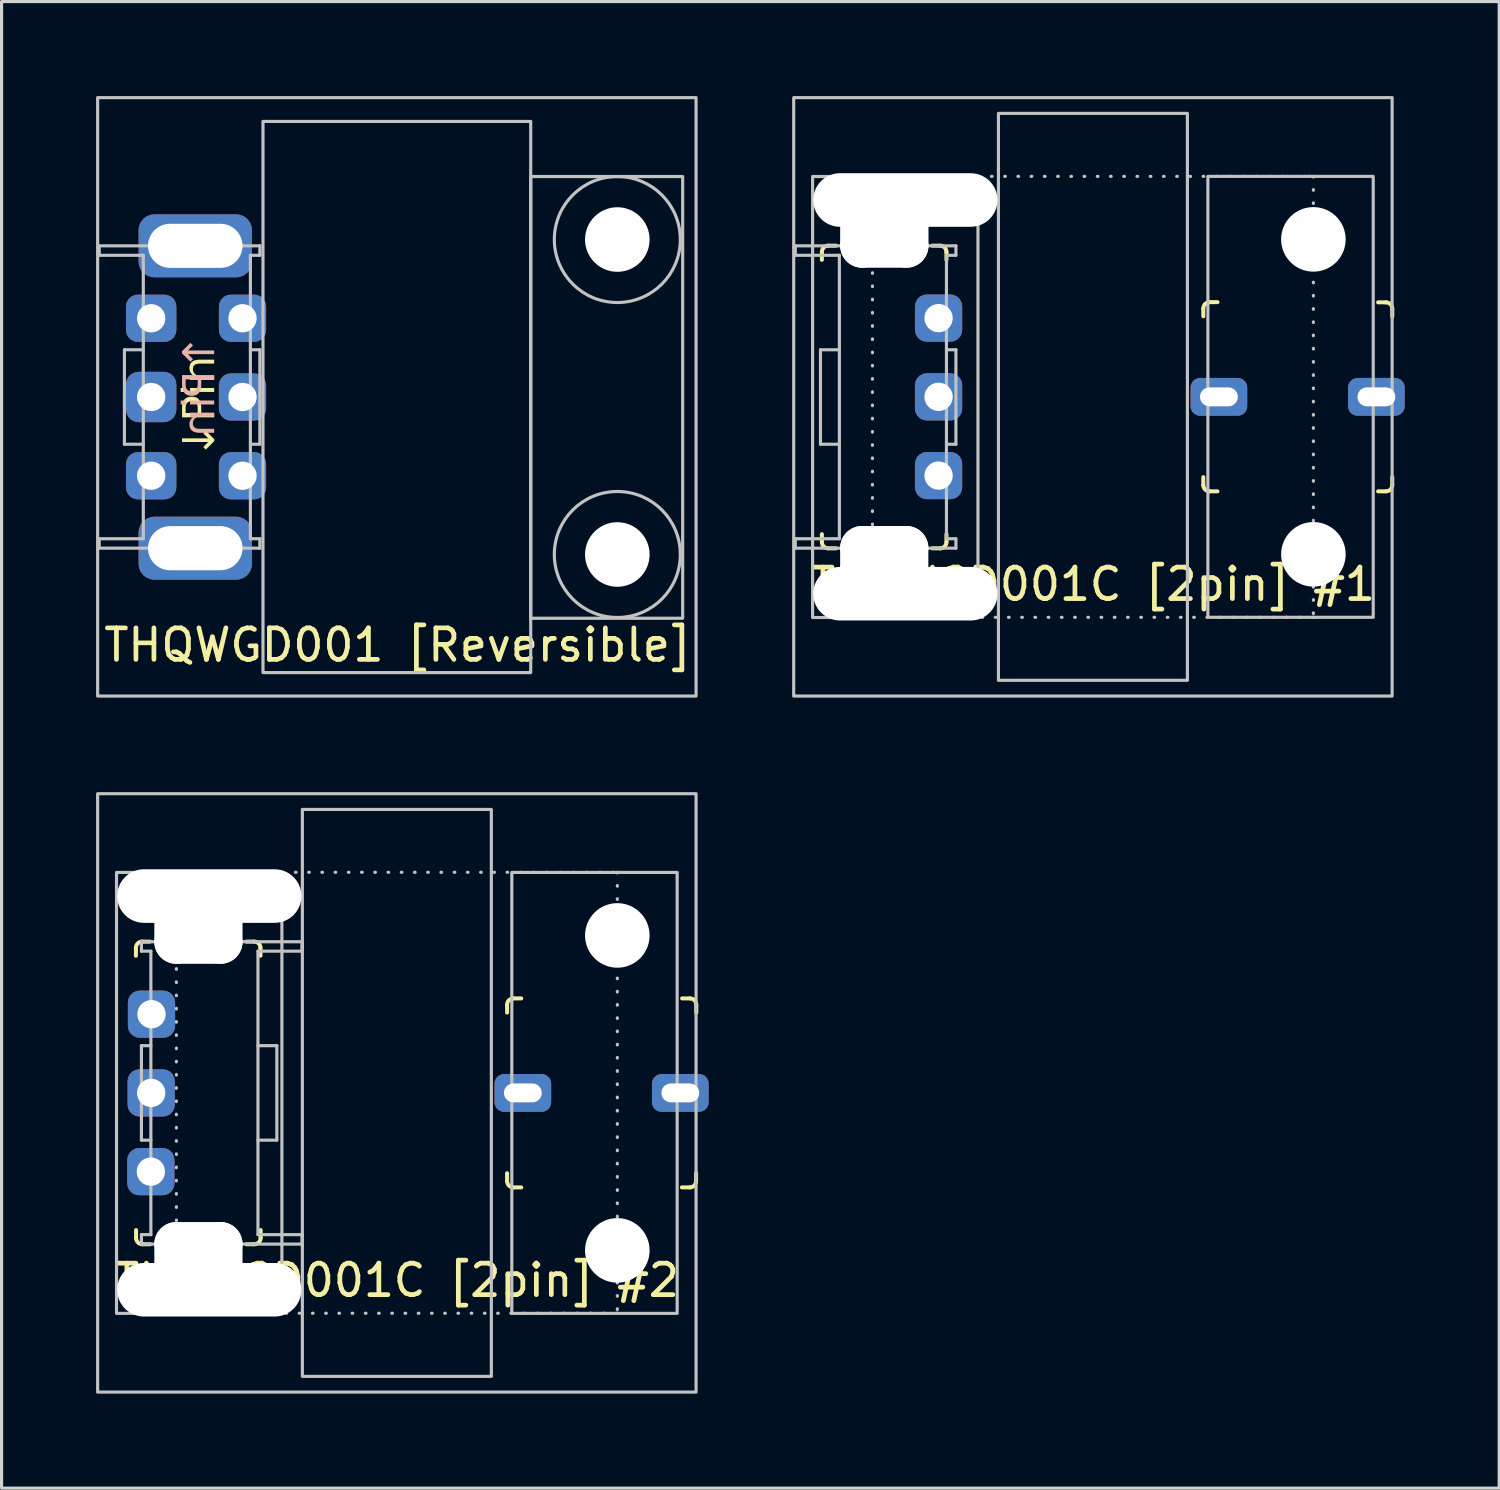
<source format=kicad_pcb>
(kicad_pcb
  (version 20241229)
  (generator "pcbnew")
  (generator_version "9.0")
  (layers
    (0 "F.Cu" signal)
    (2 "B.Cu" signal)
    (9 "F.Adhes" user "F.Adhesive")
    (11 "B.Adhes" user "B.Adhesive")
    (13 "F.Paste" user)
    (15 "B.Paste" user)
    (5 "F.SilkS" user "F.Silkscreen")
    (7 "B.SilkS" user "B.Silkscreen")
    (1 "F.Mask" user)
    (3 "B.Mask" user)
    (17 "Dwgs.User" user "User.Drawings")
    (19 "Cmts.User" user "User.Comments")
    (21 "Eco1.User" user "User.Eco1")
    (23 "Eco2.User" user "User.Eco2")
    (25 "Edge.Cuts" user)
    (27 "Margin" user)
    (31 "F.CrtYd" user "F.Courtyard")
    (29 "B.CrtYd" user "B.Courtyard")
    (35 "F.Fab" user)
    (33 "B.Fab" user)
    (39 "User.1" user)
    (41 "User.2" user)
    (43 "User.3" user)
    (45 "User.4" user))
  (footprint "THQWGD001C [2pin] #1"
    (layer "F.Cu")
    (at 31.65 9.55)
    (property "Reference" "THQWGD001C [2pin] #1" (at 0 5.95 0) (unlocked yes) (layer "F.SilkS") (effects (font (size 1 1) (thickness 0.15))))
    (attr through_hole)
    (fp_line (start -8.605 -4.6) (end -8.605 -4.35) (stroke (width 0.127) (type solid)) (layer "F.SilkS"))
    (fp_line (start -8.605 4.61) (end -8.605 4.36) (stroke (width 0.127) (type solid)) (layer "F.SilkS"))
    (fp_line (start -8.405 -4.8) (end -8.155 -4.8) (stroke (width 0.127) (type solid)) (layer "F.SilkS"))
    (fp_line (start -8.405 4.81) (end -8.155 4.81) (stroke (width 0.127) (type solid)) (layer "F.SilkS"))
    (fp_line (start -4.85 -4.8) (end -5.1 -4.8) (stroke (width 0.127) (type solid)) (layer "F.SilkS"))
    (fp_line (start -4.85 4.81) (end -5.1 4.81) (stroke (width 0.127) (type solid)) (layer "F.SilkS"))
    (fp_line (start -4.65 -4.6) (end -4.65 -4.35) (stroke (width 0.127) (type solid)) (layer "F.SilkS"))
    (fp_line (start -4.65 4.61) (end -4.65 4.36) (stroke (width 0.127) (type solid)) (layer "F.SilkS"))
    (fp_line (start 3.505 -2.807) (end 3.505 -2.557) (stroke (width 0.127) (type solid)) (layer "F.SilkS"))
    (fp_line (start 3.505 2.8) (end 3.505 2.55) (stroke (width 0.127) (type solid)) (layer "F.SilkS"))
    (fp_line (start 3.705 -3.007) (end 3.955 -3.007) (stroke (width 0.127) (type solid)) (layer "F.SilkS"))
    (fp_line (start 3.705 3) (end 3.955 3) (stroke (width 0.127) (type solid)) (layer "F.SilkS"))
    (fp_line (start 9.305 -3) (end 9.055 -3) (stroke (width 0.127) (type solid)) (layer "F.SilkS"))
    (fp_line (start 9.305 3) (end 9.055 3) (stroke (width 0.127) (type solid)) (layer "F.SilkS"))
    (fp_line (start 9.505 -2.8) (end 9.505 -2.55) (stroke (width 0.127) (type solid)) (layer "F.SilkS"))
    (fp_line (start 9.505 2.8) (end 9.505 2.55) (stroke (width 0.127) (type solid)) (layer "F.SilkS"))
    (fp_arc (start -8.605 -4.6) (mid -8.546421 -4.741421) (end -8.405 -4.8) (stroke (width 0.127) (type default)) (layer "F.SilkS"))
    (fp_arc (start -8.405 4.81) (mid -8.54642 4.75142) (end -8.605 4.61) (stroke (width 0.127) (type default)) (layer "F.SilkS"))
    (fp_arc (start -4.85 -4.8) (mid -4.70858 -4.74142) (end -4.65 -4.6) (stroke (width 0.127) (type default)) (layer "F.SilkS"))
    (fp_arc (start -4.65 4.61) (mid -4.708579 4.751421) (end -4.85 4.81) (stroke (width 0.127) (type default)) (layer "F.SilkS"))
    (fp_arc (start 3.505 -2.806904) (mid 3.56358 -2.948323) (end 3.705 -3.006904) (stroke (width 0.127) (type default)) (layer "F.SilkS"))
    (fp_arc (start 3.705 3) (mid 3.563579 2.941421) (end 3.505 2.8) (stroke (width 0.127) (type default)) (layer "F.SilkS"))
    (fp_arc (start 9.305 -3) (mid 9.446421 -2.941421) (end 9.505 -2.8) (stroke (width 0.127) (type default)) (layer "F.SilkS"))
    (fp_arc (start 9.504999 2.799999) (mid 9.446421 2.941421) (end 9.304999 2.999999) (stroke (width 0.127) (type default)) (layer "F.SilkS"))
    (fp_line (start -9.45 -4.495) (end -9.45 -4.795) (stroke (width 0.1) (type default)) (layer "Dwgs.User"))
    (fp_line (start -9.45 -4.495) (end -8.05 -4.495) (stroke (width 0.1) (type default)) (layer "Dwgs.User"))
    (fp_line (start -9.45 4.505) (end -8.05 4.505) (stroke (width 0.1) (type default)) (layer "Dwgs.User"))
    (fp_line (start -9.45 4.805) (end -9.45 4.505) (stroke (width 0.1) (type default)) (layer "Dwgs.User"))
    (fp_line (start -9.45 4.805) (end -4.35 4.805) (stroke (width 0.1) (type default)) (layer "Dwgs.User"))
    (fp_line (start -8.65 1.505) (end -8.65 -1.495) (stroke (width 0.1) (type default)) (layer "Dwgs.User"))
    (fp_line (start -8.05 -1.495) (end -8.65 -1.495) (stroke (width 0.1) (type default)) (layer "Dwgs.User"))
    (fp_line (start -8.05 1.505) (end -8.65 1.505) (stroke (width 0.1) (type default)) (layer "Dwgs.User"))
    (fp_line (start -8.05 4.505) (end -8.05 -4.495) (stroke (width 0.1) (type default)) (layer "Dwgs.User"))
    (fp_line (start -4.65 -1.495) (end -4.35 -1.495) (stroke (width 0.1) (type default)) (layer "Dwgs.User"))
    (fp_line (start -4.65 4.505) (end -4.65 -4.495) (stroke (width 0.1) (type default)) (layer "Dwgs.User"))
    (fp_line (start -4.35 -4.795) (end -9.45 -4.795) (stroke (width 0.1) (type default)) (layer "Dwgs.User"))
    (fp_line (start -4.35 -4.495) (end -4.65 -4.495) (stroke (width 0.1) (type default)) (layer "Dwgs.User"))
    (fp_line (start -4.35 -4.495) (end -4.35 -4.795) (stroke (width 0.1) (type default)) (layer "Dwgs.User"))
    (fp_line (start -4.35 1.505) (end -4.65 1.505) (stroke (width 0.1) (type default)) (layer "Dwgs.User"))
    (fp_line (start -4.35 1.505) (end -4.35 -1.495) (stroke (width 0.1) (type default)) (layer "Dwgs.User"))
    (fp_line (start -4.35 4.505) (end -4.65 4.505) (stroke (width 0.1) (type default)) (layer "Dwgs.User"))
    (fp_line (start -4.35 4.805) (end -4.35 4.505) (stroke (width 0.1) (type default)) (layer "Dwgs.User"))
    (fp_rect (start -9.5 -9.5) (end 9.5 9.5) (stroke (width 0.1) (type default)) (fill no) (layer "Dwgs.User"))
    (fp_rect (start -8.9 -6.995) (end -3.65 7.005) (stroke (width 0.1) (type default)) (fill no) (layer "Dwgs.User"))
    (fp_rect (start -7 -7) (end 7 7) (stroke (width 0.1) (type dot)) (fill no) (layer "Dwgs.User"))
    (fp_rect (start -3 -9) (end 3 9) (stroke (width 0.1) (type default)) (fill no) (layer "Dwgs.User"))
    (fp_rect (start 3.65 -7) (end 8.9 7) (stroke (width 0.1) (type default)) (fill no) (layer "Dwgs.User"))
    (pad "" np_thru_hole oval (at -7.325 -5.1 270) (size 2 1.4) (drill oval 2 1.4) (layers "*.Cu" "*.Mask"))
    (pad "" np_thru_hole oval (at -7.325 5.1 270) (size 2 1.4) (drill oval 2 1.4) (layers "*.Cu" "*.Mask"))
    (pad "" np_thru_hole oval (at -6.625 -4.8 180) (size 2.8 1.4) (drill oval 2.8 1.4) (layers "*.Cu" "*.Mask"))
    (pad "" np_thru_hole oval (at -6.625 4.8) (size 2.8 1.4) (drill oval 2.8 1.4) (layers "*.Cu" "*.Mask"))
    (pad "" np_thru_hole oval (at -5.955 -6.25 270) (size 1.7 5.85) (drill oval 1.7 5.85) (layers "*.Cu" "*.Mask"))
    (pad "" np_thru_hole oval (at -5.955 6.25 270) (size 1.7 5.85) (drill oval 1.7 5.85) (layers "*.Cu" "*.Mask"))
    (pad "" np_thru_hole oval (at -5.925 5.1 270) (size 2 1.4) (drill oval 2 1.4) (layers "*.Cu" "*.Mask"))
    (pad "" np_thru_hole oval (at -5.92 -5.1 270) (size 2 1.4) (drill oval 2 1.4) (layers "*.Cu" "*.Mask"))
    (pad "" np_thru_hole circle (at 7 -5) (size 2.05 2.05) (drill 2.05) (layers "*.Cu" "*.Mask"))
    (pad "" np_thru_hole circle (at 7 5) (size 2.05 2.05) (drill 2.05) (layers "*.Cu" "*.Mask"))
    (pad "1" thru_hole roundrect (at 4 0) (size 1.8 1.2) (drill oval 1.2 0.6) (layers "*.Cu" "B.Mask") (roundrect_rratio 0.25))
    (pad "2" thru_hole roundrect (at 9 0) (size 1.8 1.2) (drill oval 1.2 0.6) (layers "*.Cu" "B.Mask") (roundrect_rratio 0.25))
    (pad "A" thru_hole roundrect (at -4.9 2.5 90) (size 1.5 1.5) (drill 0.9) (layers "*.Cu" "B.Mask") (roundrect_rratio 0.25))
    (pad "B" thru_hole roundrect (at -4.9 0 90) (size 1.5 1.5) (drill 0.9) (layers "*.Cu" "B.Mask") (roundrect_rratio 0.25))
    (pad "C" thru_hole roundrect (at -4.9 -2.5 90) (size 1.5 1.5) (drill 0.9) (layers "*.Cu" "B.Mask") (roundrect_rratio 0.25)))
  (footprint "THQWGD001C [2pin] #2"
    (layer "F.Cu")
    (at 9.55 31.65)
    (property "Reference" "THQWGD001C [2pin] #2" (at 0 5.95 0) (unlocked yes) (layer "F.SilkS") (effects (font (size 1 1) (thickness 0.15))))
    (attr through_hole)
    (fp_line (start -8.285 -4.605) (end -8.285 -4.355) (stroke (width 0.127) (type solid)) (layer "F.SilkS"))
    (fp_line (start -8.28 4.605) (end -8.28 4.355) (stroke (width 0.127) (type solid)) (layer "F.SilkS"))
    (fp_line (start -8.085 -4.805) (end -7.835 -4.805) (stroke (width 0.127) (type solid)) (layer "F.SilkS"))
    (fp_line (start -8.08 4.805) (end -7.83 4.805) (stroke (width 0.127) (type solid)) (layer "F.SilkS"))
    (fp_line (start -4.53 -4.805) (end -4.78 -4.805) (stroke (width 0.127) (type solid)) (layer "F.SilkS"))
    (fp_line (start -4.525 4.805) (end -4.775 4.805) (stroke (width 0.127) (type solid)) (layer "F.SilkS"))
    (fp_line (start -4.33 -4.605) (end -4.33 -4.355) (stroke (width 0.127) (type solid)) (layer "F.SilkS"))
    (fp_line (start -4.325 4.605) (end -4.325 4.355) (stroke (width 0.127) (type solid)) (layer "F.SilkS"))
    (fp_line (start 3.5 -2.8) (end 3.5 -2.55) (stroke (width 0.127) (type solid)) (layer "F.SilkS"))
    (fp_line (start 3.5 2.8) (end 3.5 2.55) (stroke (width 0.127) (type solid)) (layer "F.SilkS"))
    (fp_line (start 3.7 -3) (end 3.95 -3) (stroke (width 0.127) (type solid)) (layer "F.SilkS"))
    (fp_line (start 3.7 3) (end 3.95 3) (stroke (width 0.127) (type solid)) (layer "F.SilkS"))
    (fp_line (start 9.3 3) (end 9.05 3) (stroke (width 0.127) (type solid)) (layer "F.SilkS"))
    (fp_line (start 9.307 -3) (end 9.057 -3) (stroke (width 0.127) (type solid)) (layer "F.SilkS"))
    (fp_line (start 9.5 2.8) (end 9.5 2.55) (stroke (width 0.127) (type solid)) (layer "F.SilkS"))
    (fp_line (start 9.507 -2.8) (end 9.507 -2.55) (stroke (width 0.127) (type solid)) (layer "F.SilkS"))
    (fp_arc (start -8.285 -4.605) (mid -8.226421 -4.746421) (end -8.085 -4.805) (stroke (width 0.127) (type default)) (layer "F.SilkS"))
    (fp_arc (start -8.08 4.805) (mid -8.22142 4.74642) (end -8.28 4.605) (stroke (width 0.127) (type default)) (layer "F.SilkS"))
    (fp_arc (start -4.53 -4.805) (mid -4.38858 -4.74642) (end -4.33 -4.605) (stroke (width 0.127) (type default)) (layer "F.SilkS"))
    (fp_arc (start -4.325 4.605) (mid -4.383579 4.746421) (end -4.525 4.805) (stroke (width 0.127) (type default)) (layer "F.SilkS"))
    (fp_arc (start 3.5 -2.8) (mid 3.558579 -2.941421) (end 3.7 -3) (stroke (width 0.127) (type default)) (layer "F.SilkS"))
    (fp_arc (start 3.700001 2.999999) (mid 3.558579 2.941421) (end 3.500001 2.799999) (stroke (width 0.127) (type default)) (layer "F.SilkS"))
    (fp_arc (start 9.306904 -3) (mid 9.448323 -2.94142) (end 9.506904 -2.8) (stroke (width 0.127) (type default)) (layer "F.SilkS"))
    (fp_arc (start 9.5 2.8) (mid 9.441421 2.941421) (end 9.3 3) (stroke (width 0.127) (type default)) (layer "F.SilkS"))
    (fp_line (start -8.11 -4.8) (end -8.11 -4.5) (stroke (width 0.1) (type default)) (layer "Dwgs.User"))
    (fp_line (start -8.11 -4.5) (end -7.81 -4.5) (stroke (width 0.1) (type default)) (layer "Dwgs.User"))
    (fp_line (start -8.11 -1.5) (end -8.11 1.5) (stroke (width 0.1) (type default)) (layer "Dwgs.User"))
    (fp_line (start -8.11 -1.5) (end -7.81 -1.5) (stroke (width 0.1) (type default)) (layer "Dwgs.User"))
    (fp_line (start -8.11 4.5) (end -8.11 4.8) (stroke (width 0.1) (type default)) (layer "Dwgs.User"))
    (fp_line (start -8.11 4.5) (end -7.81 4.5) (stroke (width 0.1) (type default)) (layer "Dwgs.User"))
    (fp_line (start -8.11 4.8) (end -3.01 4.8) (stroke (width 0.1) (type default)) (layer "Dwgs.User"))
    (fp_line (start -7.81 -4.5) (end -7.81 4.5) (stroke (width 0.1) (type default)) (layer "Dwgs.User"))
    (fp_line (start -7.81 1.5) (end -8.11 1.5) (stroke (width 0.1) (type default)) (layer "Dwgs.User"))
    (fp_line (start -4.41 -4.5) (end -4.41 4.5) (stroke (width 0.1) (type default)) (layer "Dwgs.User"))
    (fp_line (start -4.41 -1.5) (end -3.81 -1.5) (stroke (width 0.1) (type default)) (layer "Dwgs.User"))
    (fp_line (start -4.41 1.5) (end -3.81 1.5) (stroke (width 0.1) (type default)) (layer "Dwgs.User"))
    (fp_line (start -3.81 -1.5) (end -3.81 1.5) (stroke (width 0.1) (type default)) (layer "Dwgs.User"))
    (fp_line (start -3.01 -4.8) (end -8.11 -4.8) (stroke (width 0.1) (type default)) (layer "Dwgs.User"))
    (fp_line (start -3.01 -4.8) (end -3.01 -4.5) (stroke (width 0.1) (type default)) (layer "Dwgs.User"))
    (fp_line (start -3.01 -4.5) (end -4.41 -4.5) (stroke (width 0.1) (type default)) (layer "Dwgs.User"))
    (fp_line (start -3.01 4.5) (end -4.41 4.5) (stroke (width 0.1) (type default)) (layer "Dwgs.User"))
    (fp_line (start -3.01 4.5) (end -3.01 4.8) (stroke (width 0.1) (type default)) (layer "Dwgs.User"))
    (fp_rect (start -9.5 -9.5) (end 9.5 9.5) (stroke (width 0.1) (type default)) (fill no) (layer "Dwgs.User"))
    (fp_rect (start -8.9 -7) (end -3.65 7) (stroke (width 0.1) (type default)) (fill no) (layer "Dwgs.User"))
    (fp_rect (start -7 -7.005) (end 7 6.995) (stroke (width 0.1) (type dot)) (fill no) (layer "Dwgs.User"))
    (fp_rect (start -3 -9) (end 3 9) (stroke (width 0.1) (type default)) (fill no) (layer "Dwgs.User"))
    (fp_rect (start 3.65 -7) (end 8.9 7) (stroke (width 0.1) (type default)) (fill no) (layer "Dwgs.User"))
    (pad "" np_thru_hole oval (at -7 -5.1 270) (size 2 1.4) (drill oval 2 1.4) (layers "*.Cu" "*.Mask"))
    (pad "" np_thru_hole oval (at -7 5.1 270) (size 2 1.4) (drill oval 2 1.4) (layers "*.Cu" "*.Mask"))
    (pad "" np_thru_hole oval (at -6.3 -4.8 180) (size 2.8 1.4) (drill oval 2.8 1.4) (layers "*.Cu" "*.Mask"))
    (pad "" np_thru_hole oval (at -6.3 4.8) (size 2.8 1.4) (drill oval 2.8 1.4) (layers "*.Cu" "*.Mask"))
    (pad "" np_thru_hole oval (at -5.955 -6.25 270) (size 1.7 5.85) (drill oval 1.7 5.85) (layers "*.Cu" "*.Mask"))
    (pad "" np_thru_hole oval (at -5.955 6.25 270) (size 1.7 5.85) (drill oval 1.7 5.85) (layers "*.Cu" "*.Mask"))
    (pad "" np_thru_hole oval (at -5.6 -5.1 270) (size 2 1.4) (drill oval 2 1.4) (layers "*.Cu" "*.Mask"))
    (pad "" np_thru_hole oval (at -5.6 5.1 270) (size 2 1.4) (drill oval 2 1.4) (layers "*.Cu" "*.Mask"))
    (pad "" np_thru_hole circle (at 7 -5) (size 2.05 2.05) (drill 2.05) (layers "*.Cu" "*.Mask"))
    (pad "" np_thru_hole circle (at 7 5) (size 2.05 2.05) (drill 2.05) (layers "*.Cu" "*.Mask"))
    (pad "1" thru_hole roundrect (at 4 0) (size 1.8 1.2) (drill oval 1.2 0.6) (layers "*.Cu" "B.Mask") (roundrect_rratio 0.25))
    (pad "2" thru_hole roundrect (at 9 0) (size 1.8 1.2) (drill oval 1.2 0.6) (layers "*.Cu" "B.Mask") (roundrect_rratio 0.25))
    (pad "A" thru_hole roundrect (at -7.79 -2.5 90) (size 1.5 1.5) (drill 0.9) (layers "*.Cu" "B.Mask") (roundrect_rratio 0.25))
    (pad "B" thru_hole roundrect (at -7.8 0 90) (size 1.5 1.5) (drill 0.9) (layers "*.Cu" "B.Mask") (roundrect_rratio 0.25))
    (pad "C" thru_hole roundrect (at -7.81 2.5 90) (size 1.5 1.5) (drill 0.9) (layers "*.Cu" "B.Mask") (roundrect_rratio 0.25)))
  (footprint "THQWGD001 [Reversible]"
    (layer "F.Cu")
    (at 9.55 9.555)
    (property "Reference" "THQWGD001 [Reversible]" (at 0.025 7.875 0) (unlocked yes) (layer "F.SilkS") (effects (font (size 1 1) (thickness 0.15))))
    (attr through_hole)
    (fp_line (start -9.45 -4.5) (end -9.45 -4.8) (stroke (width 0.1) (type default)) (layer "Dwgs.User"))
    (fp_line (start -9.45 -4.5) (end -8.05 -4.5) (stroke (width 0.1) (type default)) (layer "Dwgs.User"))
    (fp_line (start -9.45 4.5) (end -8.05 4.5) (stroke (width 0.1) (type default)) (layer "Dwgs.User"))
    (fp_line (start -9.45 4.8) (end -9.45 4.5) (stroke (width 0.1) (type default)) (layer "Dwgs.User"))
    (fp_line (start -9.45 4.8) (end -4.35 4.8) (stroke (width 0.1) (type default)) (layer "Dwgs.User"))
    (fp_line (start -8.65 1.5) (end -8.65 -1.5) (stroke (width 0.1) (type default)) (layer "Dwgs.User"))
    (fp_line (start -8.05 -1.5) (end -8.65 -1.5) (stroke (width 0.1) (type default)) (layer "Dwgs.User"))
    (fp_line (start -8.05 1.5) (end -8.65 1.5) (stroke (width 0.1) (type default)) (layer "Dwgs.User"))
    (fp_line (start -8.05 4.5) (end -8.05 -4.5) (stroke (width 0.1) (type default)) (layer "Dwgs.User"))
    (fp_line (start -6.8 -5) (end -7.1 -5) (stroke (width 0.1) (type default)) (layer "Dwgs.User"))
    (fp_line (start -6.8 -5) (end -7.1 -5) (stroke (width 0.1) (type default)) (layer "Dwgs.User"))
    (fp_line (start -6.8 -4.7) (end -6.8 -5) (stroke (width 0.1) (type default)) (layer "Dwgs.User"))
    (fp_line (start -6.8 -4.7) (end -6.8 -5) (stroke (width 0.1) (type default)) (layer "Dwgs.User"))
    (fp_line (start -4.65 -1.5) (end -4.35 -1.5) (stroke (width 0.1) (type default)) (layer "Dwgs.User"))
    (fp_line (start -4.65 4.5) (end -4.65 -4.5) (stroke (width 0.1) (type default)) (layer "Dwgs.User"))
    (fp_line (start -4.35 -4.8) (end -9.45 -4.8) (stroke (width 0.1) (type default)) (layer "Dwgs.User"))
    (fp_line (start -4.35 -4.5) (end -4.65 -4.5) (stroke (width 0.1) (type default)) (layer "Dwgs.User"))
    (fp_line (start -4.35 -4.5) (end -4.35 -4.8) (stroke (width 0.1) (type default)) (layer "Dwgs.User"))
    (fp_line (start -4.35 1.5) (end -4.65 1.5) (stroke (width 0.1) (type default)) (layer "Dwgs.User"))
    (fp_line (start -4.35 1.5) (end -4.35 -1.5) (stroke (width 0.1) (type default)) (layer "Dwgs.User"))
    (fp_line (start -4.35 4.5) (end -4.65 4.5) (stroke (width 0.1) (type default)) (layer "Dwgs.User"))
    (fp_line (start -4.35 4.8) (end -4.35 4.5) (stroke (width 0.1) (type default)) (layer "Dwgs.User"))
    (fp_rect (start -9.5 -9.505) (end 9.5 9.495) (stroke (width 0.1) (type default)) (fill no) (layer "Dwgs.User"))
    (fp_rect (start -4.25 -8.75) (end 4.25 8.75) (stroke (width 0.1) (type default)) (fill no) (layer "Dwgs.User"))
    (fp_rect (start 4.25 -7) (end 9.075 7.025) (stroke (width 0.1) (type default)) (fill no) (layer "Dwgs.User"))
    (fp_circle (center 7 -5) (end 9 -5) (stroke (width 0.1) (type default)) (fill no) (layer "Dwgs.User"))
    (fp_circle (center 7 5) (end 9 5) (stroke (width 0.1) (type default)) (fill no) (layer "Dwgs.User"))
    (fp_text user "↓Pin" (at -5.63 1.956 90) (unlocked yes) (layer "F.SilkS") (effects (font (face "ほにゃ字Re") (size 1 1) (thickness 0.1)) (justify left bottom)))
    (fp_text user "↑Pin" (at -5.63 -2.006 90) (unlocked yes) (layer "B.SilkS") (effects (font (face "ほにゃ字Re") (size 1 1) (thickness 0.1)) (justify left bottom mirror)))
    (pad "" np_thru_hole circle (at 7 -5) (size 2.05 2.05) (drill 2.05) (layers "*.Cu" "*.Mask"))
    (pad "" np_thru_hole circle (at 7 5) (size 2.05 2.05) (drill 2.05) (layers "*.Cu" "*.Mask"))
    (pad "A" thru_hole roundrect (at -7.8 2.5 90) (size 1.5 1.6) (drill 0.9) (layers "*.Cu" "F.Mask") (roundrect_rratio 0.25))
    (pad "A" thru_hole roundrect (at -4.9 2.5 90) (size 1.5 1.5) (drill 0.9) (layers "*.Cu" "B.Mask") (roundrect_rratio 0.25))
    (pad "B" thru_hole roundrect (at -7.8 0 90) (size 1.6 1.6) (drill 0.9) (layers "*.Cu" "F.Mask") (roundrect_rratio 0.25))
    (pad "B" thru_hole roundrect (at -4.9 0 90) (size 1.5 1.5) (drill 0.9) (layers "*.Cu" "B.Mask") (roundrect_rratio 0.25))
    (pad "C" thru_hole roundrect (at -7.8 -2.5 90) (size 1.5 1.6) (drill 0.9) (layers "*.Cu" "F.Mask") (roundrect_rratio 0.25))
    (pad "C" thru_hole roundrect (at -4.9 -2.5 90) (size 1.5 1.5) (drill 0.9) (layers "*.Cu" "B.Mask") (roundrect_rratio 0.25))
    (pad "MP" thru_hole roundrect (at -6.4 -4.8 180) (size 3.6 2) (drill oval 3 1.4) (layers "*.Cu" "*.Mask") (roundrect_rratio 0.25))
    (pad "MP" thru_hole roundrect (at -6.4 4.8) (size 3.6 2) (drill oval 3 1.4) (layers "*.Cu" "*.Mask") (roundrect_rratio 0.25)))
  (gr_rect
    (start -3 -3)
    (end 44.55 44.2)
    (stroke (width 0.1) (type default))
    (fill no)
    (layer "Edge.Cuts")))
</source>
